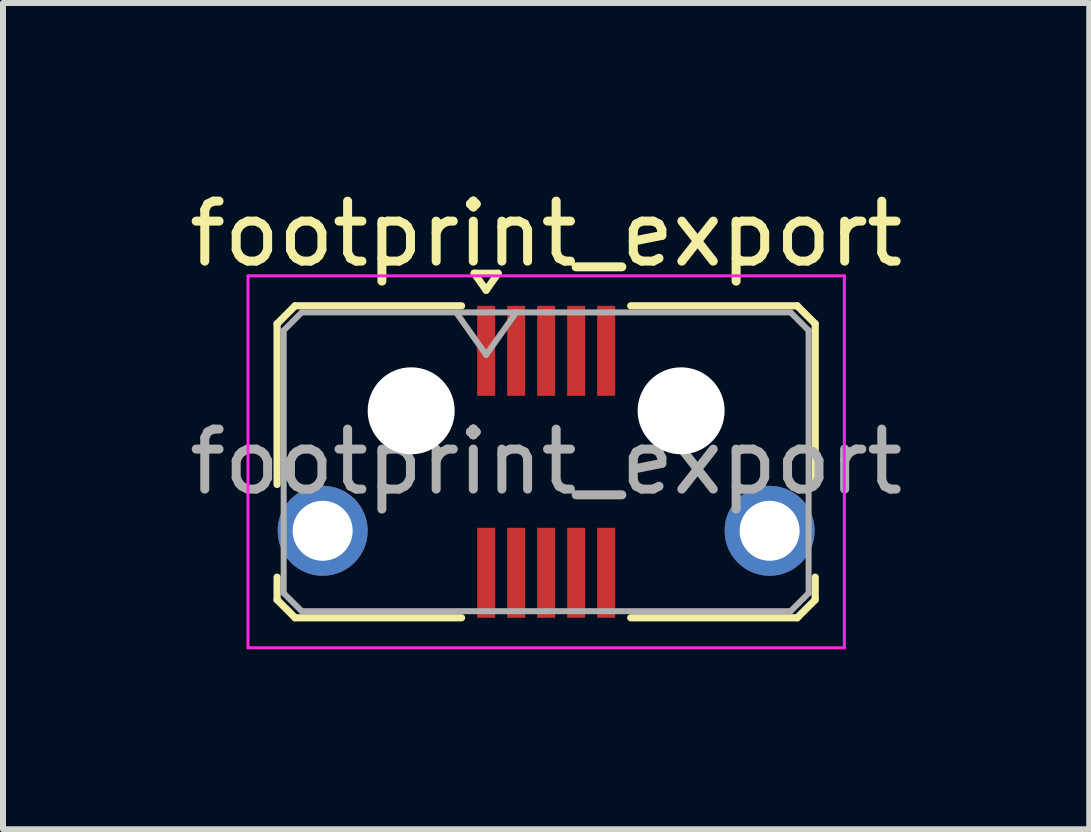
<source format=kicad_pcb>
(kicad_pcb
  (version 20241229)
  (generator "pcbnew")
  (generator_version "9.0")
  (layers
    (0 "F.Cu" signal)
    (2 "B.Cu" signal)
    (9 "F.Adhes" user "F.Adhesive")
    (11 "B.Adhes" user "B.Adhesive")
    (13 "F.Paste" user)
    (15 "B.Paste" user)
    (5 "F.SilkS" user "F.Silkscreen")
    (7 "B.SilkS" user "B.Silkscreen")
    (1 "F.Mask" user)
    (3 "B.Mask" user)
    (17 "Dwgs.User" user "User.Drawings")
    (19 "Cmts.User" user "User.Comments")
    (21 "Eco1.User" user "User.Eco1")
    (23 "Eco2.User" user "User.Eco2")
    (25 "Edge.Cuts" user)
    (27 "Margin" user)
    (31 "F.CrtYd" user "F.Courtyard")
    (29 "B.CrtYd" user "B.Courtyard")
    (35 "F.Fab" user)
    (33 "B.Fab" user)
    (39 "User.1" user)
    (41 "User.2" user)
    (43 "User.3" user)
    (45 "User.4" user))
  (footprint "footprint_export"
    (layer "F.Cu")
    (at 6.054 4.648)
    (property "Reference" "footprint_export" (at 0 -3.8 0) (layer "F.SilkS") (effects (font (size 1 1) (thickness 0.15))))
    (attr smd)
    (fp_line (start -4.485 -2.3) (end -4.485 0.377) (stroke (width 0.12) (type solid)) (layer "F.SilkS"))
    (fp_line (start -4.485 1.923) (end -4.485 2.3) (stroke (width 0.12) (type solid)) (layer "F.SilkS"))
    (fp_line (start -4.485 2.3) (end -4.185 2.6) (stroke (width 0.12) (type solid)) (layer "F.SilkS"))
    (fp_line (start -4.185 -2.6) (end -4.485 -2.3) (stroke (width 0.12) (type solid)) (layer "F.SilkS"))
    (fp_line (start -4.185 2.6) (end -1.41 2.6) (stroke (width 0.12) (type solid)) (layer "F.SilkS"))
    (fp_line (start -1.41 -2.6) (end -4.185 -2.6) (stroke (width 0.12) (type solid)) (layer "F.SilkS"))
    (fp_line (start -1.2 -3.143) (end -0.8 -3.143) (stroke (width 0.12) (type solid)) (layer "F.SilkS"))
    (fp_line (start -1 -2.86) (end -1.2 -3.143) (stroke (width 0.12) (type solid)) (layer "F.SilkS"))
    (fp_line (start -0.8 -3.143) (end -1 -2.86) (stroke (width 0.12) (type solid)) (layer "F.SilkS"))
    (fp_line (start 1.41 -2.6) (end 4.185 -2.6) (stroke (width 0.12) (type solid)) (layer "F.SilkS"))
    (fp_line (start 4.185 -2.6) (end 4.485 -2.3) (stroke (width 0.12) (type solid)) (layer "F.SilkS"))
    (fp_line (start 4.185 2.6) (end 1.41 2.6) (stroke (width 0.12) (type solid)) (layer "F.SilkS"))
    (fp_line (start 4.485 -2.3) (end 4.485 0.377) (stroke (width 0.12) (type solid)) (layer "F.SilkS"))
    (fp_line (start 4.485 1.923) (end 4.485 2.3) (stroke (width 0.12) (type solid)) (layer "F.SilkS"))
    (fp_line (start 4.485 2.3) (end 4.185 2.6) (stroke (width 0.12) (type solid)) (layer "F.SilkS"))
    (fp_line (start -4.97 -3.1) (end -4.97 3.1) (stroke (width 0.05) (type solid)) (layer "F.CrtYd"))
    (fp_line (start -4.97 3.1) (end 4.97 3.1) (stroke (width 0.05) (type solid)) (layer "F.CrtYd"))
    (fp_line (start 4.97 -3.1) (end -4.97 -3.1) (stroke (width 0.05) (type solid)) (layer "F.CrtYd"))
    (fp_line (start 4.97 3.1) (end 4.97 -3.1) (stroke (width 0.05) (type solid)) (layer "F.CrtYd"))
    (fp_line (start -4.375 -2.19) (end -4.375 2.19) (stroke (width 0.1) (type solid)) (layer "F.Fab"))
    (fp_line (start -4.375 2.19) (end -4.075 2.49) (stroke (width 0.1) (type solid)) (layer "F.Fab"))
    (fp_line (start -4.075 -2.49) (end -4.375 -2.19) (stroke (width 0.1) (type solid)) (layer "F.Fab"))
    (fp_line (start -4.075 2.49) (end 0 2.49) (stroke (width 0.1) (type solid)) (layer "F.Fab"))
    (fp_line (start -1.5 -2.49) (end -1 -1.783) (stroke (width 0.1) (type solid)) (layer "F.Fab"))
    (fp_line (start -1 -1.783) (end -0.5 -2.49) (stroke (width 0.1) (type solid)) (layer "F.Fab"))
    (fp_line (start 0 -2.49) (end -4.075 -2.49) (stroke (width 0.1) (type solid)) (layer "F.Fab"))
    (fp_line (start 0 -2.49) (end 4.075 -2.49) (stroke (width 0.1) (type solid)) (layer "F.Fab"))
    (fp_line (start 4.075 -2.49) (end 4.375 -2.19) (stroke (width 0.1) (type solid)) (layer "F.Fab"))
    (fp_line (start 4.075 2.49) (end 0 2.49) (stroke (width 0.1) (type solid)) (layer "F.Fab"))
    (fp_line (start 4.375 -2.19) (end 4.375 2.19) (stroke (width 0.1) (type solid)) (layer "F.Fab"))
    (fp_line (start 4.375 2.19) (end 4.075 2.49) (stroke (width 0.1) (type solid)) (layer "F.Fab"))
    (fp_text user "${REFERENCE}" (at 0 0 0) (layer "F.Fab") (effects (font (size 1 1) (thickness 0.15))))
    (pad "" np_thru_hole circle (at -2.25 -0.85) (size 1.45 1.45) (drill 1.45) (layers "*.Cu" "*.Mask"))
    (pad "" np_thru_hole circle (at 2.25 -0.85) (size 1.45 1.45) (drill 1.45) (layers "*.Cu" "*.Mask"))
    (pad "1" smd rect (at -1 -1.85) (size 0.3 1.5) (layers "F.Cu" "F.Mask" "F.Paste"))
    (pad "2" smd rect (at -1 1.85) (size 0.3 1.5) (layers "F.Cu" "F.Mask" "F.Paste"))
    (pad "3" smd rect (at -0.5 -1.85) (size 0.3 1.5) (layers "F.Cu" "F.Mask" "F.Paste"))
    (pad "4" smd rect (at -0.5 1.85) (size 0.3 1.5) (layers "F.Cu" "F.Mask" "F.Paste"))
    (pad "5" smd rect (at 0 -1.85) (size 0.3 1.5) (layers "F.Cu" "F.Mask" "F.Paste"))
    (pad "6" smd rect (at 0 1.85) (size 0.3 1.5) (layers "F.Cu" "F.Mask" "F.Paste"))
    (pad "7" smd rect (at 0.5 -1.85) (size 0.3 1.5) (layers "F.Cu" "F.Mask" "F.Paste"))
    (pad "8" smd rect (at 0.5 1.85) (size 0.3 1.5) (layers "F.Cu" "F.Mask" "F.Paste"))
    (pad "9" smd rect (at 1 -1.85) (size 0.3 1.5) (layers "F.Cu" "F.Mask" "F.Paste"))
    (pad "10" smd rect (at 1 1.85) (size 0.3 1.5) (layers "F.Cu" "F.Mask" "F.Paste"))
    (pad "SH" thru_hole circle (at -3.725 1.15) (size 1.5 1.5) (drill 1) (layers "*.Cu" "*.Mask"))
    (pad "SH" thru_hole circle (at 3.725 1.15) (size 1.5 1.5) (drill 1) (layers "*.Cu" "*.Mask")))
  (gr_rect
    (start -3 -3)
    (end 15.107 10.773)
    (stroke (width 0.1) (type default))
    (fill no)
    (layer "Edge.Cuts")))
</source>
